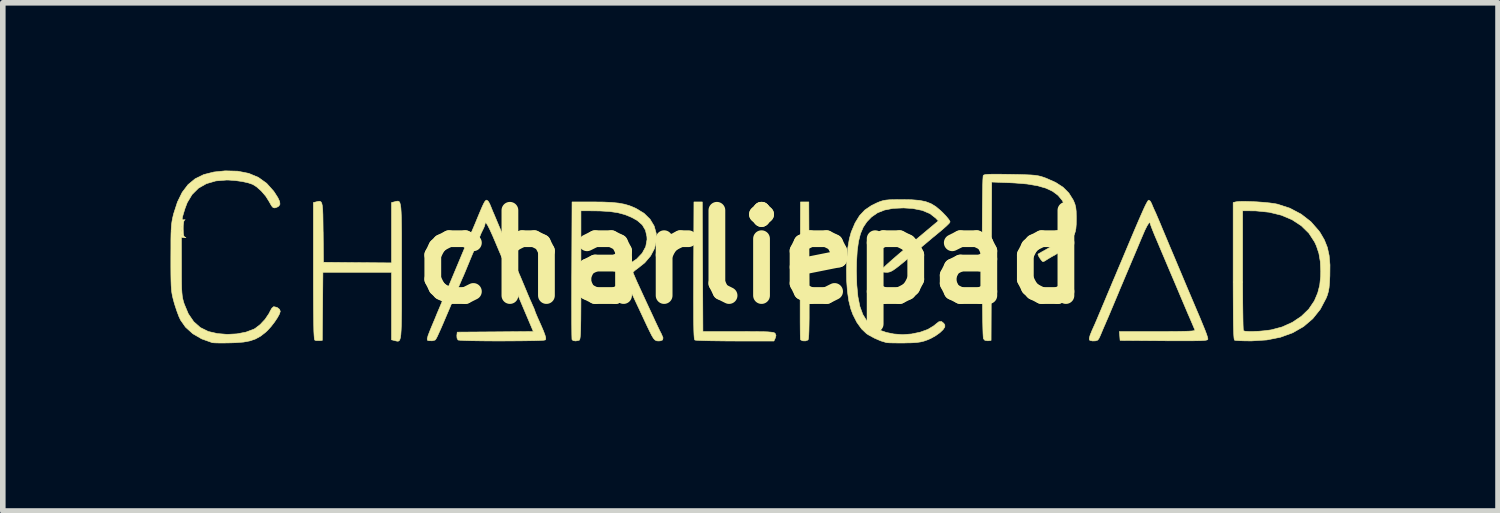
<source format=kicad_pcb>
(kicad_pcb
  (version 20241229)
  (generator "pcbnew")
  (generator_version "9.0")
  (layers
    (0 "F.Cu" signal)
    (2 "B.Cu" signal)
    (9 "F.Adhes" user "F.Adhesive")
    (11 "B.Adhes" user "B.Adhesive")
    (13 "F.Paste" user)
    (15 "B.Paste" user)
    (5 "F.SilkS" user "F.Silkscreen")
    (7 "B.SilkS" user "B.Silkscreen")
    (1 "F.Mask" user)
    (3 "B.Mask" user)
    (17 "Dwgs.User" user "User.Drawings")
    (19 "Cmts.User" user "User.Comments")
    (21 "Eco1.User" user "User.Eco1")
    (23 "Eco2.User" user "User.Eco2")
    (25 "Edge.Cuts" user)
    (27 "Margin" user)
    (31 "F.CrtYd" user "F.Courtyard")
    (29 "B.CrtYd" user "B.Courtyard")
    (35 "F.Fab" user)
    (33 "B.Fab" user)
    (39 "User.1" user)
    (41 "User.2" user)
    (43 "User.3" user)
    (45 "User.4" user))
  (footprint "charliepad"
    (layer "F.Cu")
    (at 10.386 1.545)
    (property "Reference" "charliepad" (at 0 0 0) (layer "F.SilkS") (effects (font (size 1.524 1.524) (thickness 0.3))))
    (attr through_hole)
    (fp_poly (pts (xy 1.032 0.242) (xy 1.033 0.512) (xy 1.034 0.742) (xy 1.033 0.935) (xy 1.033 1.094) (xy 1.031 1.222) (xy 1.029 1.321) (xy 1.026 1.394) (xy 1.022 1.444) (xy 1.017 1.474) (xy 1.011 1.485) (xy 0.965 1.501) (xy 0.915 1.499) (xy 0.881 1.482) (xy 0.878 1.476) (xy 0.876 1.451) (xy 0.874 1.387) (xy 0.873 1.288) (xy 0.872 1.159) (xy 0.872 1.003) (xy 0.872 0.823) (xy 0.872 0.624) (xy 0.872 0.41) (xy 0.873 0.233) (xy 0.878 -0.984) (xy 1.027 -0.984) (xy 1.032 0.242)) (stroke (width 0.01) (type solid)) (fill yes) (layer "F.SilkS"))
    (fp_poly (pts (xy -0.867 1.333) (xy -0.235 1.333) (xy -0.052 1.334) (xy 0.094 1.335) (xy 0.207 1.336) (xy 0.29 1.339) (xy 0.349 1.344) (xy 0.388 1.349) (xy 0.412 1.357) (xy 0.424 1.366) (xy 0.44 1.403) (xy 0.427 1.451) (xy 0.403 1.503) (xy -0.291 1.503) (xy -0.459 1.502) (xy -0.614 1.5) (xy -0.75 1.498) (xy -0.864 1.495) (xy -0.948 1.492) (xy -0.999 1.488) (xy -1.011 1.485) (xy -1.017 1.473) (xy -1.022 1.444) (xy -1.026 1.393) (xy -1.029 1.32) (xy -1.031 1.221) (xy -1.033 1.093) (xy -1.033 0.933) (xy -1.034 0.74) (xy -1.033 0.509) (xy -1.032 0.242) (xy -1.027 -0.984) (xy -0.878 -0.984) (xy -0.867 1.333)) (stroke (width 0.01) (type solid)) (fill yes) (layer "F.SilkS"))
    (fp_poly (pts (xy -6.313 -0.997) (xy -6.297 -0.988) (xy -6.285 -0.967) (xy -6.276 -0.931) (xy -6.268 -0.878) (xy -6.263 -0.804) (xy -6.259 -0.706) (xy -6.257 -0.582) (xy -6.255 -0.427) (xy -6.255 -0.239) (xy -6.255 -0.015) (xy -6.255 0.248) (xy -6.255 0.254) (xy -6.255 0.518) (xy -6.255 0.743) (xy -6.255 0.931) (xy -6.257 1.087) (xy -6.259 1.212) (xy -6.263 1.31) (xy -6.268 1.385) (xy -6.275 1.438) (xy -6.285 1.474) (xy -6.297 1.496) (xy -6.312 1.505) (xy -6.331 1.506) (xy -6.352 1.502) (xy -6.378 1.495) (xy -6.378 1.495) (xy -6.435 1.481) (xy -6.435 0.275) (xy -7.662 0.275) (xy -7.667 0.884) (xy -7.673 1.492) (xy -7.726 1.496) (xy -7.777 1.495) (xy -7.805 1.489) (xy -7.811 1.478) (xy -7.816 1.449) (xy -7.82 1.398) (xy -7.824 1.324) (xy -7.826 1.223) (xy -7.828 1.092) (xy -7.83 0.93) (xy -7.831 0.734) (xy -7.832 0.5) (xy -7.832 0.253) (xy -7.832 -0.973) (xy -7.779 -0.986) (xy -7.745 -0.994) (xy -7.718 -0.996) (xy -7.698 -0.987) (xy -7.683 -0.963) (xy -7.673 -0.919) (xy -7.666 -0.851) (xy -7.662 -0.754) (xy -7.66 -0.625) (xy -7.658 -0.458) (xy -7.657 -0.44) (xy -7.652 0.095) (xy -7.043 0.101) (xy -6.435 0.106) (xy -6.435 -0.973) (xy -6.378 -0.987) (xy -6.353 -0.994) (xy -6.331 -0.998) (xy -6.313 -0.997)) (stroke (width 0.01) (type solid)) (fill yes) (layer "F.SilkS"))
    (fp_poly (pts (xy 4.423 -1.48) (xy 4.566 -1.478) (xy 4.638 -1.477) (xy 4.793 -1.474) (xy 4.913 -1.47) (xy 5.004 -1.466) (xy 5.074 -1.46) (xy 5.13 -1.451) (xy 5.178 -1.44) (xy 5.227 -1.424) (xy 5.271 -1.408) (xy 5.44 -1.333) (xy 5.573 -1.247) (xy 5.676 -1.144) (xy 5.754 -1.02) (xy 5.761 -1.005) (xy 5.785 -0.947) (xy 5.8 -0.888) (xy 5.808 -0.816) (xy 5.81 -0.718) (xy 5.81 -0.688) (xy 5.809 -0.584) (xy 5.803 -0.509) (xy 5.791 -0.449) (xy 5.769 -0.392) (xy 5.755 -0.359) (xy 5.671 -0.229) (xy 5.555 -0.117) (xy 5.435 -0.04) (xy 5.367 -0.003) (xy 5.305 0.034) (xy 5.288 0.045) (xy 5.244 0.073) (xy 5.214 0.085) (xy 5.214 0.085) (xy 5.194 0.069) (xy 5.166 0.033) (xy 5.14 -0.009) (xy 5.125 -0.042) (xy 5.126 -0.051) (xy 5.147 -0.064) (xy 5.193 -0.091) (xy 5.239 -0.116) (xy 5.354 -0.183) (xy 5.438 -0.241) (xy 5.501 -0.294) (xy 5.549 -0.352) (xy 5.565 -0.375) (xy 5.622 -0.496) (xy 5.648 -0.634) (xy 5.644 -0.778) (xy 5.609 -0.915) (xy 5.559 -1.011) (xy 5.484 -1.101) (xy 5.387 -1.174) (xy 5.265 -1.231) (xy 5.114 -1.274) (xy 4.93 -1.305) (xy 4.711 -1.323) (xy 4.63 -1.327) (xy 4.297 -1.34) (xy 4.286 1.492) (xy 4.229 1.499) (xy 4.176 1.491) (xy 4.15 1.463) (xy 4.146 1.435) (xy 4.142 1.369) (xy 4.139 1.269) (xy 4.136 1.14) (xy 4.134 0.985) (xy 4.132 0.81) (xy 4.13 0.618) (xy 4.129 0.413) (xy 4.128 0.201) (xy 4.127 -0.016) (xy 4.127 -0.232) (xy 4.128 -0.443) (xy 4.129 -0.646) (xy 4.13 -0.836) (xy 4.132 -1.008) (xy 4.134 -1.158) (xy 4.136 -1.283) (xy 4.139 -1.377) (xy 4.143 -1.437) (xy 4.146 -1.458) (xy 4.16 -1.467) (xy 4.189 -1.474) (xy 4.24 -1.478) (xy 4.316 -1.48) (xy 4.423 -1.48)) (stroke (width 0.01) (type solid)) (fill yes) (layer "F.SilkS"))
    (fp_poly (pts (xy 8.915 -0.991) (xy 9.035 -0.986) (xy 9.156 -0.977) (xy 9.269 -0.966) (xy 9.362 -0.953) (xy 9.408 -0.944) (xy 9.631 -0.871) (xy 9.83 -0.766) (xy 10.004 -0.631) (xy 10.147 -0.468) (xy 10.171 -0.434) (xy 10.246 -0.305) (xy 10.299 -0.172) (xy 10.331 -0.026) (xy 10.346 0.142) (xy 10.344 0.339) (xy 10.338 0.46) (xy 10.33 0.55) (xy 10.317 0.621) (xy 10.298 0.685) (xy 10.277 0.738) (xy 10.173 0.935) (xy 10.038 1.104) (xy 9.874 1.244) (xy 9.681 1.355) (xy 9.461 1.435) (xy 9.216 1.484) (xy 8.947 1.501) (xy 8.922 1.501) (xy 8.821 1.5) (xy 8.734 1.497) (xy 8.671 1.493) (xy 8.641 1.489) (xy 8.635 1.478) (xy 8.63 1.449) (xy 8.626 1.398) (xy 8.623 1.324) (xy 8.62 1.223) (xy 8.618 1.093) (xy 8.617 0.931) (xy 8.616 0.735) (xy 8.615 0.501) (xy 8.615 0.253) (xy 8.615 0.24) (xy 8.784 0.24) (xy 8.784 0.448) (xy 8.785 0.644) (xy 8.786 0.822) (xy 8.788 0.98) (xy 8.79 1.112) (xy 8.792 1.215) (xy 8.795 1.285) (xy 8.798 1.318) (xy 8.798 1.319) (xy 8.829 1.328) (xy 8.892 1.332) (xy 8.978 1.332) (xy 9.076 1.328) (xy 9.177 1.319) (xy 9.27 1.307) (xy 9.297 1.303) (xy 9.492 1.251) (xy 9.673 1.169) (xy 9.833 1.062) (xy 9.966 0.934) (xy 10.064 0.789) (xy 10.07 0.778) (xy 10.127 0.643) (xy 10.163 0.504) (xy 10.179 0.347) (xy 10.181 0.254) (xy 10.173 0.082) (xy 10.148 -0.064) (xy 10.103 -0.199) (xy 10.07 -0.27) (xy 9.968 -0.426) (xy 9.833 -0.558) (xy 9.668 -0.666) (xy 9.476 -0.747) (xy 9.259 -0.8) (xy 9.02 -0.824) (xy 8.959 -0.825) (xy 8.784 -0.826) (xy 8.784 0.24) (xy 8.615 0.24) (xy 8.615 -0.973) (xy 8.665 -0.986) (xy 8.72 -0.992) (xy 8.807 -0.994) (xy 8.915 -0.991)) (stroke (width 0.01) (type solid)) (fill yes) (layer "F.SilkS"))
    (fp_poly (pts (xy -2.826 -0.984) (xy -2.644 -0.982) (xy -2.497 -0.975) (xy -2.376 -0.963) (xy -2.273 -0.944) (xy -2.18 -0.917) (xy -2.09 -0.88) (xy -2.064 -0.868) (xy -1.92 -0.781) (xy -1.812 -0.675) (xy -1.739 -0.554) (xy -1.702 -0.423) (xy -1.699 -0.288) (xy -1.733 -0.151) (xy -1.802 -0.019) (xy -1.907 0.104) (xy -2.034 0.205) (xy -2.083 0.241) (xy -2.113 0.269) (xy -2.117 0.276) (xy -2.108 0.3) (xy -2.084 0.356) (xy -2.049 0.437) (xy -2.003 0.537) (xy -1.957 0.637) (xy -1.899 0.763) (xy -1.841 0.888) (xy -1.787 1.003) (xy -1.744 1.096) (xy -1.723 1.142) (xy -1.682 1.229) (xy -1.642 1.313) (xy -1.609 1.377) (xy -1.606 1.384) (xy -1.58 1.446) (xy -1.588 1.484) (xy -1.63 1.5) (xy -1.662 1.502) (xy -1.695 1.499) (xy -1.723 1.485) (xy -1.751 1.455) (xy -1.783 1.402) (xy -1.824 1.32) (xy -1.859 1.248) (xy -1.911 1.137) (xy -1.966 1.019) (xy -2.017 0.91) (xy -2.042 0.857) (xy -2.086 0.763) (xy -2.14 0.648) (xy -2.195 0.531) (xy -2.225 0.468) (xy -2.266 0.378) (xy -2.299 0.302) (xy -2.321 0.248) (xy -2.328 0.224) (xy -2.311 0.204) (xy -2.265 0.171) (xy -2.199 0.133) (xy -2.188 0.127) (xy -2.052 0.037) (xy -1.952 -0.068) (xy -1.889 -0.185) (xy -1.866 -0.312) (xy -1.868 -0.362) (xy -1.894 -0.478) (xy -1.951 -0.574) (xy -2.043 -0.654) (xy -2.145 -0.71) (xy -2.263 -0.758) (xy -2.389 -0.792) (xy -2.534 -0.813) (xy -2.706 -0.823) (xy -2.82 -0.825) (xy -3.048 -0.826) (xy -3.048 0.326) (xy -3.048 0.578) (xy -3.048 0.79) (xy -3.049 0.967) (xy -3.05 1.112) (xy -3.052 1.227) (xy -3.054 1.317) (xy -3.057 1.383) (xy -3.061 1.43) (xy -3.066 1.462) (xy -3.072 1.48) (xy -3.079 1.489) (xy -3.081 1.49) (xy -3.141 1.502) (xy -3.188 1.495) (xy -3.208 1.476) (xy -3.209 1.451) (xy -3.211 1.387) (xy -3.212 1.288) (xy -3.213 1.159) (xy -3.213 1.003) (xy -3.214 0.823) (xy -3.213 0.624) (xy -3.213 0.41) (xy -3.212 0.233) (xy -3.207 -0.984) (xy -2.826 -0.984)) (stroke (width 0.01) (type solid)) (fill yes) (layer "F.SilkS"))
    (fp_poly (pts (xy 2.868 -1.023) (xy 3.004 -1.012) (xy 3.115 -0.99) (xy 3.21 -0.954) (xy 3.296 -0.902) (xy 3.382 -0.83) (xy 3.425 -0.789) (xy 3.484 -0.727) (xy 3.529 -0.672) (xy 3.551 -0.635) (xy 3.552 -0.626) (xy 3.534 -0.599) (xy 3.489 -0.555) (xy 3.427 -0.5) (xy 3.394 -0.472) (xy 3.323 -0.413) (xy 3.229 -0.336) (xy 3.125 -0.248) (xy 3.019 -0.159) (xy 2.981 -0.126) (xy 2.844 -0.01) (xy 2.735 0.082) (xy 2.65 0.151) (xy 2.584 0.202) (xy 2.534 0.237) (xy 2.494 0.259) (xy 2.462 0.27) (xy 2.433 0.274) (xy 2.416 0.275) (xy 2.357 0.27) (xy 2.315 0.259) (xy 2.312 0.257) (xy 2.317 0.241) (xy 2.352 0.202) (xy 2.417 0.14) (xy 2.513 0.054) (xy 2.64 -0.056) (xy 2.801 -0.191) (xy 2.814 -0.202) (xy 3.343 -0.645) (xy 3.296 -0.695) (xy 3.193 -0.775) (xy 3.055 -0.833) (xy 2.885 -0.867) (xy 2.72 -0.877) (xy 2.535 -0.869) (xy 2.383 -0.84) (xy 2.256 -0.79) (xy 2.148 -0.715) (xy 2.146 -0.713) (xy 2.065 -0.629) (xy 2 -0.532) (xy 1.951 -0.417) (xy 1.916 -0.279) (xy 1.893 -0.113) (xy 1.881 0.086) (xy 1.878 0.254) (xy 1.885 0.501) (xy 1.905 0.711) (xy 1.94 0.885) (xy 1.993 1.029) (xy 2.065 1.144) (xy 2.158 1.234) (xy 2.274 1.302) (xy 2.414 1.35) (xy 2.547 1.377) (xy 2.704 1.389) (xy 2.864 1.377) (xy 3.018 1.345) (xy 3.156 1.295) (xy 3.266 1.228) (xy 3.296 1.202) (xy 3.353 1.158) (xy 3.399 1.153) (xy 3.44 1.186) (xy 3.459 1.215) (xy 3.459 1.252) (xy 3.427 1.3) (xy 3.369 1.355) (xy 3.293 1.409) (xy 3.205 1.458) (xy 3.152 1.481) (xy 3.087 1.504) (xy 3.026 1.519) (xy 2.957 1.529) (xy 2.868 1.535) (xy 2.748 1.537) (xy 2.741 1.538) (xy 2.633 1.538) (xy 2.536 1.537) (xy 2.46 1.535) (xy 2.416 1.531) (xy 2.414 1.531) (xy 2.312 1.5) (xy 2.199 1.451) (xy 2.093 1.393) (xy 2.059 1.371) (xy 1.97 1.286) (xy 1.886 1.169) (xy 1.815 1.029) (xy 1.778 0.929) (xy 1.742 0.785) (xy 1.717 0.612) (xy 1.703 0.42) (xy 1.7 0.221) (xy 1.707 0.023) (xy 1.724 -0.163) (xy 1.752 -0.326) (xy 1.785 -0.445) (xy 1.854 -0.608) (xy 1.933 -0.737) (xy 2.028 -0.839) (xy 2.147 -0.92) (xy 2.25 -0.97) (xy 2.304 -0.992) (xy 2.353 -1.007) (xy 2.406 -1.017) (xy 2.472 -1.023) (xy 2.561 -1.025) (xy 2.681 -1.026) (xy 2.699 -1.026) (xy 2.868 -1.023)) (stroke (width 0.01) (type solid)) (fill yes) (layer "F.SilkS"))
    (fp_poly (pts (xy 7.133 -0.998) (xy 7.155 -0.958) (xy 7.181 -0.895) (xy 7.207 -0.836) (xy 7.231 -0.785) (xy 7.263 -0.71) (xy 7.298 -0.628) (xy 7.3 -0.624) (xy 7.352 -0.498) (xy 7.414 -0.351) (xy 7.481 -0.19) (xy 7.552 -0.023) (xy 7.622 0.144) (xy 7.69 0.305) (xy 7.752 0.453) (xy 7.806 0.581) (xy 7.849 0.682) (xy 7.874 0.741) (xy 7.955 0.932) (xy 8.021 1.087) (xy 8.072 1.211) (xy 8.111 1.306) (xy 8.138 1.377) (xy 8.154 1.426) (xy 8.162 1.457) (xy 8.162 1.473) (xy 8.162 1.474) (xy 8.153 1.481) (xy 8.131 1.488) (xy 8.092 1.493) (xy 8.032 1.496) (xy 7.947 1.498) (xy 7.833 1.499) (xy 7.688 1.499) (xy 7.506 1.499) (xy 7.372 1.498) (xy 6.593 1.492) (xy 6.587 1.413) (xy 6.58 1.333) (xy 7.261 1.333) (xy 7.456 1.333) (xy 7.612 1.332) (xy 7.732 1.33) (xy 7.821 1.327) (xy 7.881 1.323) (xy 7.917 1.318) (xy 7.931 1.311) (xy 7.931 1.307) (xy 7.919 1.278) (xy 7.894 1.219) (xy 7.859 1.137) (xy 7.818 1.042) (xy 7.811 1.027) (xy 7.765 0.918) (xy 7.72 0.812) (xy 7.681 0.72) (xy 7.654 0.656) (xy 7.575 0.469) (xy 7.485 0.258) (xy 7.392 0.038) (xy 7.302 -0.174) (xy 7.262 -0.269) (xy 7.217 -0.374) (xy 7.179 -0.467) (xy 7.151 -0.539) (xy 7.135 -0.584) (xy 7.133 -0.593) (xy 7.126 -0.617) (xy 7.106 -0.604) (xy 7.076 -0.557) (xy 7.037 -0.48) (xy 7.003 -0.401) (xy 6.959 -0.298) (xy 6.907 -0.173) (xy 6.852 -0.043) (xy 6.811 0.053) (xy 6.743 0.214) (xy 6.687 0.346) (xy 6.641 0.456) (xy 6.599 0.554) (xy 6.56 0.649) (xy 6.518 0.749) (xy 6.477 0.847) (xy 6.431 0.956) (xy 6.387 1.061) (xy 6.348 1.15) (xy 6.321 1.214) (xy 6.319 1.217) (xy 6.286 1.294) (xy 6.255 1.368) (xy 6.243 1.397) (xy 6.219 1.45) (xy 6.196 1.484) (xy 6.192 1.487) (xy 6.153 1.5) (xy 6.101 1.502) (xy 6.057 1.493) (xy 6.044 1.483) (xy 6.042 1.454) (xy 6.057 1.398) (xy 6.092 1.312) (xy 6.116 1.259) (xy 6.139 1.208) (xy 6.174 1.127) (xy 6.215 1.029) (xy 6.26 0.923) (xy 6.265 0.91) (xy 6.313 0.797) (xy 6.36 0.684) (xy 6.402 0.584) (xy 6.434 0.509) (xy 6.434 0.508) (xy 6.465 0.434) (xy 6.508 0.334) (xy 6.555 0.221) (xy 6.603 0.108) (xy 6.604 0.106) (xy 6.706 -0.137) (xy 6.793 -0.344) (xy 6.866 -0.516) (xy 6.927 -0.658) (xy 6.977 -0.772) (xy 7.016 -0.86) (xy 7.047 -0.926) (xy 7.071 -0.971) (xy 7.088 -1) (xy 7.1 -1.013) (xy 7.107 -1.016) (xy 7.133 -0.998)) (stroke (width 0.01) (type solid)) (fill yes) (layer "F.SilkS"))
    (fp_poly (pts (xy -9.186 -1.534) (xy -8.988 -1.495) (xy -8.816 -1.423) (xy -8.668 -1.317) (xy -8.543 -1.177) (xy -8.527 -1.154) (xy -8.467 -1.06) (xy -8.435 -0.991) (xy -8.43 -0.943) (xy -8.45 -0.91) (xy -8.479 -0.892) (xy -8.521 -0.877) (xy -8.552 -0.883) (xy -8.581 -0.915) (xy -8.617 -0.979) (xy -8.624 -0.992) (xy -8.684 -1.087) (xy -8.764 -1.18) (xy -8.85 -1.256) (xy -8.917 -1.298) (xy -8.996 -1.325) (xy -9.102 -1.349) (xy -9.223 -1.366) (xy -9.344 -1.375) (xy -9.381 -1.376) (xy -9.577 -1.36) (xy -9.745 -1.311) (xy -9.886 -1.231) (xy -10.001 -1.117) (xy -10.088 -0.972) (xy -10.127 -0.869) (xy -10.156 -0.775) (xy -10.173 -0.715) (xy -10.178 -0.681) (xy -10.172 -0.666) (xy -10.155 -0.664) (xy -10.144 -0.666) (xy -10.125 -0.666) (xy -10.134 -0.662) (xy -10.15 -0.635) (xy -10.159 -0.566) (xy -10.16 -0.508) (xy -10.158 -0.429) (xy -10.151 -0.382) (xy -10.137 -0.359) (xy -10.123 -0.352) (xy -10.111 -0.346) (xy -10.139 -0.345) (xy -10.139 -0.345) (xy -10.192 -0.349) (xy -10.191 0.169) (xy -10.191 0.333) (xy -10.19 0.462) (xy -10.188 0.561) (xy -10.183 0.637) (xy -10.177 0.697) (xy -10.168 0.748) (xy -10.156 0.796) (xy -10.142 0.84) (xy -10.068 1.017) (xy -9.972 1.157) (xy -9.854 1.262) (xy -9.714 1.331) (xy -9.709 1.333) (xy -9.547 1.37) (xy -9.373 1.384) (xy -9.199 1.375) (xy -9.038 1.344) (xy -8.899 1.292) (xy -8.875 1.279) (xy -8.784 1.209) (xy -8.696 1.115) (xy -8.626 1.011) (xy -8.604 0.967) (xy -8.576 0.917) (xy -8.546 0.891) (xy -8.539 0.889) (xy -8.482 0.902) (xy -8.439 0.935) (xy -8.424 0.971) (xy -8.438 1.018) (xy -8.475 1.086) (xy -8.527 1.164) (xy -8.589 1.244) (xy -8.653 1.315) (xy -8.69 1.349) (xy -8.778 1.417) (xy -8.867 1.466) (xy -8.965 1.5) (xy -9.082 1.522) (xy -9.227 1.533) (xy -9.313 1.536) (xy -9.422 1.538) (xy -9.519 1.538) (xy -9.594 1.536) (xy -9.637 1.533) (xy -9.641 1.532) (xy -9.829 1.465) (xy -9.989 1.372) (xy -10.119 1.254) (xy -10.208 1.127) (xy -10.239 1.06) (xy -10.274 0.966) (xy -10.308 0.863) (xy -10.323 0.813) (xy -10.34 0.75) (xy -10.353 0.695) (xy -10.363 0.641) (xy -10.37 0.583) (xy -10.375 0.513) (xy -10.378 0.426) (xy -10.38 0.315) (xy -10.381 0.174) (xy -10.381 0.011) (xy -10.38 -0.166) (xy -10.38 -0.307) (xy -10.378 -0.418) (xy -10.375 -0.476) (xy -10.196 -0.476) (xy -10.195 -0.42) (xy -10.192 -0.395) (xy -10.187 -0.407) (xy -10.184 -0.471) (xy -10.187 -0.534) (xy -10.191 -0.552) (xy -10.194 -0.531) (xy -10.196 -0.477) (xy -10.196 -0.476) (xy -10.375 -0.476) (xy -10.374 -0.505) (xy -10.369 -0.575) (xy -10.361 -0.634) (xy -10.351 -0.689) (xy -10.338 -0.745) (xy -10.331 -0.773) (xy -10.263 -0.983) (xy -10.178 -1.156) (xy -10.074 -1.293) (xy -9.947 -1.398) (xy -9.794 -1.473) (xy -9.613 -1.519) (xy -9.409 -1.54) (xy -9.186 -1.534)) (stroke (width 0.01) (type solid)) (fill yes) (layer "F.SilkS"))
    (fp_poly (pts (xy -4.707 -0.998) (xy -4.681 -0.954) (xy -4.678 -0.947) (xy -4.655 -0.892) (xy -4.624 -0.815) (xy -4.592 -0.741) (xy -4.561 -0.667) (xy -4.519 -0.567) (xy -4.471 -0.454) (xy -4.424 -0.341) (xy -4.423 -0.339) (xy -4.377 -0.229) (xy -4.332 -0.123) (xy -4.292 -0.032) (xy -4.264 0.032) (xy -4.262 0.036) (xy -4.235 0.097) (xy -4.217 0.142) (xy -4.212 0.157) (xy -4.204 0.181) (xy -4.184 0.231) (xy -4.162 0.28) (xy -4.131 0.351) (xy -4.091 0.446) (xy -4.049 0.546) (xy -4.034 0.582) (xy -3.995 0.676) (xy -3.956 0.767) (xy -3.924 0.838) (xy -3.915 0.86) (xy -3.89 0.914) (xy -3.875 0.952) (xy -3.873 0.959) (xy -3.865 0.984) (xy -3.844 1.035) (xy -3.823 1.084) (xy -3.763 1.218) (xy -3.719 1.32) (xy -3.692 1.392) (xy -3.678 1.44) (xy -3.677 1.47) (xy -3.687 1.484) (xy -3.715 1.489) (xy -3.779 1.493) (xy -3.874 1.496) (xy -3.993 1.498) (xy -4.131 1.5) (xy -4.282 1.501) (xy -4.44 1.502) (xy -4.599 1.502) (xy -4.752 1.501) (xy -4.895 1.499) (xy -5.022 1.497) (xy -5.125 1.494) (xy -5.2 1.49) (xy -5.241 1.486) (xy -5.246 1.484) (xy -5.264 1.451) (xy -5.267 1.405) (xy -5.26 1.344) (xy -4.579 1.339) (xy -3.899 1.333) (xy -4.004 1.085) (xy -4.056 0.963) (xy -4.116 0.821) (xy -4.177 0.677) (xy -4.226 0.561) (xy -4.271 0.455) (xy -4.312 0.359) (xy -4.345 0.281) (xy -4.367 0.23) (xy -4.37 0.222) (xy -4.387 0.183) (xy -4.417 0.113) (xy -4.458 0.017) (xy -4.506 -0.095) (xy -4.558 -0.218) (xy -4.562 -0.228) (xy -4.626 -0.378) (xy -4.677 -0.49) (xy -4.715 -0.565) (xy -4.742 -0.606) (xy -4.757 -0.614) (xy -4.762 -0.591) (xy -4.763 -0.587) (xy -4.772 -0.552) (xy -4.795 -0.5) (xy -4.802 -0.487) (xy -4.833 -0.423) (xy -4.856 -0.366) (xy -4.858 -0.36) (xy -4.876 -0.31) (xy -4.904 -0.241) (xy -4.922 -0.201) (xy -4.952 -0.133) (xy -4.992 -0.041) (xy -5.033 0.058) (xy -5.048 0.095) (xy -5.087 0.189) (xy -5.124 0.279) (xy -5.154 0.349) (xy -5.164 0.37) (xy -5.187 0.423) (xy -5.221 0.503) (xy -5.263 0.601) (xy -5.307 0.706) (xy -5.309 0.709) (xy -5.391 0.904) (xy -5.459 1.063) (xy -5.513 1.19) (xy -5.556 1.289) (xy -5.59 1.364) (xy -5.614 1.417) (xy -5.632 1.452) (xy -5.645 1.473) (xy -5.655 1.484) (xy -5.657 1.486) (xy -5.707 1.499) (xy -5.768 1.497) (xy -5.792 1.49) (xy -5.797 1.465) (xy -5.781 1.404) (xy -5.743 1.306) (xy -5.743 1.306) (xy -5.709 1.224) (xy -5.68 1.155) (xy -5.661 1.11) (xy -5.657 1.101) (xy -5.645 1.071) (xy -5.62 1.009) (xy -5.584 0.925) (xy -5.542 0.825) (xy -5.524 0.783) (xy -5.43 0.561) (xy -5.328 0.318) (xy -5.226 0.074) (xy -5.131 -0.153) (xy -5.119 -0.18) (xy -5.085 -0.262) (xy -5.052 -0.337) (xy -5.029 -0.39) (xy -5.028 -0.392) (xy -5.008 -0.438) (xy -4.976 -0.511) (xy -4.938 -0.601) (xy -4.911 -0.667) (xy -4.859 -0.792) (xy -4.82 -0.884) (xy -4.791 -0.947) (xy -4.77 -0.986) (xy -4.753 -1.007) (xy -4.74 -1.015) (xy -4.732 -1.016) (xy -4.707 -0.998)) (stroke (width 0.01) (type solid)) (fill yes) (layer "F.SilkS")))
  (gr_rect
    (start -3 -3)
    (end 23.737 6.088)
    (stroke (width 0.1) (type default))
    (fill no)
    (layer "Edge.Cuts")))
</source>
